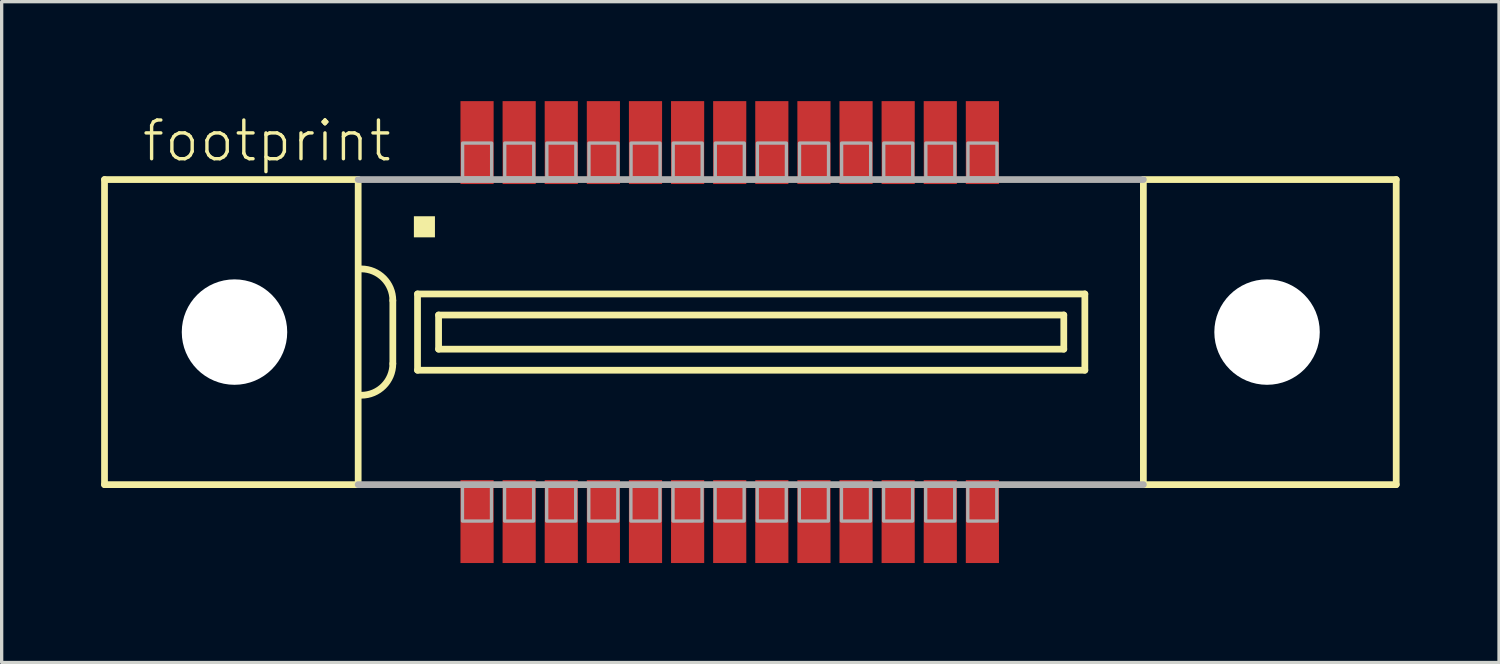
<source format=kicad_pcb>
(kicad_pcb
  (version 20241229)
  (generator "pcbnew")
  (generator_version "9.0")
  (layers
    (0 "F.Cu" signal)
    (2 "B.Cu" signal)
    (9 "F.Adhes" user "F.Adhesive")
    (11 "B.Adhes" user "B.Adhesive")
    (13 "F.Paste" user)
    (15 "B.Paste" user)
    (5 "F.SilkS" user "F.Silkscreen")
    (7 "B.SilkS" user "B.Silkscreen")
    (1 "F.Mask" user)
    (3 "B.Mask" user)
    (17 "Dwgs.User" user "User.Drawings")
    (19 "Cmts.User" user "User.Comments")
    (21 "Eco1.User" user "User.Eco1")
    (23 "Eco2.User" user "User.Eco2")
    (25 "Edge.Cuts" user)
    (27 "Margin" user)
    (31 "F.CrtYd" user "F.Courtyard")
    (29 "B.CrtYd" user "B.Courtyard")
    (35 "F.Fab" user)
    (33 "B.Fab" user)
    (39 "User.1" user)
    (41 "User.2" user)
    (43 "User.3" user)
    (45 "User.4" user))
  (footprint "footprint"
    (layer "F.Cu")
    (at 18.957 6.965)
    (property "Reference" "footprint" (at -17.78 -5.08 0) (layer "F.SilkS") (effects (font (size 1.168 1.168) (thickness 0.102)) (justify left bottom)))
    (fp_line (start -18.855 -4.6) (end -18.855 4.6) (stroke (width 0.203) (type solid)) (layer "F.SilkS"))
    (fp_line (start -18.855 4.6) (end -11.205 4.6) (stroke (width 0.203) (type solid)) (layer "F.SilkS"))
    (fp_line (start -11.205 -4.6) (end -18.855 -4.6) (stroke (width 0.203) (type solid)) (layer "F.SilkS"))
    (fp_line (start -11.205 -4.6) (end -11.205 4.6) (stroke (width 0.203) (type solid)) (layer "F.SilkS"))
    (fp_line (start -10.16 -0.953) (end -10.16 0.953) (stroke (width 0.203) (type solid)) (layer "F.SilkS"))
    (fp_line (start -9.415 -1.15) (end -9.415 1.15) (stroke (width 0.203) (type solid)) (layer "F.SilkS"))
    (fp_line (start -9.415 1.15) (end 10.71 1.15) (stroke (width 0.203) (type solid)) (layer "F.SilkS"))
    (fp_line (start -8.78 -0.515) (end -8.78 0.515) (stroke (width 0.203) (type solid)) (layer "F.SilkS"))
    (fp_line (start -8.78 0.515) (end 10.075 0.515) (stroke (width 0.203) (type solid)) (layer "F.SilkS"))
    (fp_line (start 10.075 -0.515) (end -8.78 -0.515) (stroke (width 0.203) (type solid)) (layer "F.SilkS"))
    (fp_line (start 10.075 0.515) (end 10.075 -0.515) (stroke (width 0.203) (type solid)) (layer "F.SilkS"))
    (fp_line (start 10.71 -1.15) (end -9.415 -1.15) (stroke (width 0.203) (type solid)) (layer "F.SilkS"))
    (fp_line (start 10.71 1.15) (end 10.71 -1.15) (stroke (width 0.203) (type solid)) (layer "F.SilkS"))
    (fp_line (start 12.475 4.6) (end 12.475 -4.6) (stroke (width 0.203) (type solid)) (layer "F.SilkS"))
    (fp_line (start 12.475 4.6) (end 20.1 4.6) (stroke (width 0.203) (type solid)) (layer "F.SilkS"))
    (fp_line (start 20.1 -4.6) (end 12.475 -4.6) (stroke (width 0.203) (type solid)) (layer "F.SilkS"))
    (fp_line (start 20.1 4.6) (end 20.1 -4.6) (stroke (width 0.203) (type solid)) (layer "F.SilkS"))
    (fp_arc (start -11.1125 -1.905) (mid -10.438981 -1.626019) (end -10.16 -0.9525) (stroke (width 0.2032) (type solid)) (layer "F.SilkS"))
    (fp_arc (start -10.16 0.9525) (mid -10.43901 1.625989) (end -11.112499 1.904999) (stroke (width 0.2032) (type solid)) (layer "F.SilkS"))
    (fp_poly (pts (xy -9.525 -2.857) (xy -8.89 -2.857) (xy -8.89 -3.493) (xy -9.525 -3.493)) (stroke (width 0) (type solid)) (fill yes) (layer "F.SilkS"))
    (fp_line (start -11.205 4.6) (end 12.475 4.6) (stroke (width 0.203) (type solid)) (layer "F.Fab"))
    (fp_line (start 12.475 -4.6) (end -11.205 -4.6) (stroke (width 0.203) (type solid)) (layer "F.Fab"))
    (fp_poly (pts (xy -8.055 -4.65) (xy -7.18 -4.65) (xy -7.18 -5.7) (xy -8.055 -5.7)) (stroke (width 0.1) (type solid)) (fill no) (layer "F.Fab"))
    (fp_poly (pts (xy -7.185 4.65) (xy -8.06 4.65) (xy -8.06 5.7) (xy -7.185 5.7)) (stroke (width 0.1) (type solid)) (fill no) (layer "F.Fab"))
    (fp_poly (pts (xy -6.785 -4.65) (xy -5.91 -4.65) (xy -5.91 -5.7) (xy -6.785 -5.7)) (stroke (width 0.1) (type solid)) (fill no) (layer "F.Fab"))
    (fp_poly (pts (xy -5.915 4.65) (xy -6.79 4.65) (xy -6.79 5.7) (xy -5.915 5.7)) (stroke (width 0.1) (type solid)) (fill no) (layer "F.Fab"))
    (fp_poly (pts (xy -5.515 -4.65) (xy -4.64 -4.65) (xy -4.64 -5.7) (xy -5.515 -5.7)) (stroke (width 0.1) (type solid)) (fill no) (layer "F.Fab"))
    (fp_poly (pts (xy -4.645 4.65) (xy -5.52 4.65) (xy -5.52 5.7) (xy -4.645 5.7)) (stroke (width 0.1) (type solid)) (fill no) (layer "F.Fab"))
    (fp_poly (pts (xy -4.245 -4.65) (xy -3.37 -4.65) (xy -3.37 -5.7) (xy -4.245 -5.7)) (stroke (width 0.1) (type solid)) (fill no) (layer "F.Fab"))
    (fp_poly (pts (xy -3.375 4.65) (xy -4.25 4.65) (xy -4.25 5.7) (xy -3.375 5.7)) (stroke (width 0.1) (type solid)) (fill no) (layer "F.Fab"))
    (fp_poly (pts (xy -2.975 -4.65) (xy -2.1 -4.65) (xy -2.1 -5.7) (xy -2.975 -5.7)) (stroke (width 0.1) (type solid)) (fill no) (layer "F.Fab"))
    (fp_poly (pts (xy -2.105 4.65) (xy -2.98 4.65) (xy -2.98 5.7) (xy -2.105 5.7)) (stroke (width 0.1) (type solid)) (fill no) (layer "F.Fab"))
    (fp_poly (pts (xy -1.705 -4.65) (xy -0.83 -4.65) (xy -0.83 -5.7) (xy -1.705 -5.7)) (stroke (width 0.1) (type solid)) (fill no) (layer "F.Fab"))
    (fp_poly (pts (xy -0.835 4.65) (xy -1.71 4.65) (xy -1.71 5.7) (xy -0.835 5.7)) (stroke (width 0.1) (type solid)) (fill no) (layer "F.Fab"))
    (fp_poly (pts (xy -0.435 -4.65) (xy 0.44 -4.65) (xy 0.44 -5.7) (xy -0.435 -5.7)) (stroke (width 0.1) (type solid)) (fill no) (layer "F.Fab"))
    (fp_poly (pts (xy 0.435 4.65) (xy -0.44 4.65) (xy -0.44 5.7) (xy 0.435 5.7)) (stroke (width 0.1) (type solid)) (fill no) (layer "F.Fab"))
    (fp_poly (pts (xy 0.835 -4.65) (xy 1.71 -4.65) (xy 1.71 -5.7) (xy 0.835 -5.7)) (stroke (width 0.1) (type solid)) (fill no) (layer "F.Fab"))
    (fp_poly (pts (xy 1.705 4.65) (xy 0.83 4.65) (xy 0.83 5.7) (xy 1.705 5.7)) (stroke (width 0.1) (type solid)) (fill no) (layer "F.Fab"))
    (fp_poly (pts (xy 2.105 -4.65) (xy 2.98 -4.65) (xy 2.98 -5.7) (xy 2.105 -5.7)) (stroke (width 0.1) (type solid)) (fill no) (layer "F.Fab"))
    (fp_poly (pts (xy 2.975 4.65) (xy 2.1 4.65) (xy 2.1 5.7) (xy 2.975 5.7)) (stroke (width 0.1) (type solid)) (fill no) (layer "F.Fab"))
    (fp_poly (pts (xy 3.375 -4.65) (xy 4.25 -4.65) (xy 4.25 -5.7) (xy 3.375 -5.7)) (stroke (width 0.1) (type solid)) (fill no) (layer "F.Fab"))
    (fp_poly (pts (xy 4.245 4.65) (xy 3.37 4.65) (xy 3.37 5.7) (xy 4.245 5.7)) (stroke (width 0.1) (type solid)) (fill no) (layer "F.Fab"))
    (fp_poly (pts (xy 4.645 -4.65) (xy 5.52 -4.65) (xy 5.52 -5.7) (xy 4.645 -5.7)) (stroke (width 0.1) (type solid)) (fill no) (layer "F.Fab"))
    (fp_poly (pts (xy 5.515 4.65) (xy 4.64 4.65) (xy 4.64 5.7) (xy 5.515 5.7)) (stroke (width 0.1) (type solid)) (fill no) (layer "F.Fab"))
    (fp_poly (pts (xy 5.915 -4.65) (xy 6.79 -4.65) (xy 6.79 -5.7) (xy 5.915 -5.7)) (stroke (width 0.1) (type solid)) (fill no) (layer "F.Fab"))
    (fp_poly (pts (xy 6.785 4.65) (xy 5.91 4.65) (xy 5.91 5.7) (xy 6.785 5.7)) (stroke (width 0.1) (type solid)) (fill no) (layer "F.Fab"))
    (fp_poly (pts (xy 7.185 -4.65) (xy 8.06 -4.65) (xy 8.06 -5.7) (xy 7.185 -5.7)) (stroke (width 0.1) (type solid)) (fill no) (layer "F.Fab"))
    (fp_poly (pts (xy 8.055 4.65) (xy 7.18 4.65) (xy 7.18 5.7) (xy 8.055 5.7)) (stroke (width 0.1) (type solid)) (fill no) (layer "F.Fab"))
    (pad "" np_thru_hole circle (at -14.935 0) (size 3.18 3.18) (drill 3.18) (layers "*.Cu" "*.Mask"))
    (pad "" np_thru_hole circle (at 16.205 0) (size 3.18 3.18) (drill 3.18) (layers "*.Cu" "*.Mask"))
    (pad "1" smd rect (at -7.62 -5.715) (size 1 2.5) (layers "F.Cu" "F.Mask" "F.Paste"))
    (pad "2" smd rect (at -6.35 -5.715) (size 1 2.5) (layers "F.Cu" "F.Mask" "F.Paste"))
    (pad "3" smd rect (at -5.08 -5.715) (size 1 2.5) (layers "F.Cu" "F.Mask" "F.Paste"))
    (pad "4" smd rect (at -3.81 -5.715) (size 1 2.5) (layers "F.Cu" "F.Mask" "F.Paste"))
    (pad "5" smd rect (at -2.54 -5.715) (size 1 2.5) (layers "F.Cu" "F.Mask" "F.Paste"))
    (pad "6" smd rect (at -1.27 -5.715) (size 1 2.5) (layers "F.Cu" "F.Mask" "F.Paste"))
    (pad "7" smd rect (at 0 -5.715) (size 1 2.5) (layers "F.Cu" "F.Mask" "F.Paste"))
    (pad "8" smd rect (at 1.27 -5.715) (size 1 2.5) (layers "F.Cu" "F.Mask" "F.Paste"))
    (pad "9" smd rect (at 2.54 -5.715) (size 1 2.5) (layers "F.Cu" "F.Mask" "F.Paste"))
    (pad "10" smd rect (at 3.81 -5.715) (size 1 2.5) (layers "F.Cu" "F.Mask" "F.Paste"))
    (pad "11" smd rect (at 5.08 -5.715 180) (size 1 2.5) (layers "F.Cu" "F.Mask" "F.Paste"))
    (pad "12" smd rect (at 6.35 -5.715 180) (size 1 2.5) (layers "F.Cu" "F.Mask" "F.Paste"))
    (pad "13" smd rect (at 7.62 -5.715 180) (size 1 2.5) (layers "F.Cu" "F.Mask" "F.Paste"))
    (pad "14" smd rect (at -7.62 5.715) (size 1 2.5) (layers "F.Cu" "F.Mask" "F.Paste"))
    (pad "15" smd rect (at -6.35 5.715) (size 1 2.5) (layers "F.Cu" "F.Mask" "F.Paste"))
    (pad "16" smd rect (at -5.08 5.715) (size 1 2.5) (layers "F.Cu" "F.Mask" "F.Paste"))
    (pad "17" smd rect (at -3.81 5.715) (size 1 2.5) (layers "F.Cu" "F.Mask" "F.Paste"))
    (pad "18" smd rect (at -2.54 5.715) (size 1 2.5) (layers "F.Cu" "F.Mask" "F.Paste"))
    (pad "19" smd rect (at -1.27 5.715) (size 1 2.5) (layers "F.Cu" "F.Mask" "F.Paste"))
    (pad "20" smd rect (at 0 5.715) (size 1 2.5) (layers "F.Cu" "F.Mask" "F.Paste"))
    (pad "21" smd rect (at 1.27 5.715) (size 1 2.5) (layers "F.Cu" "F.Mask" "F.Paste"))
    (pad "22" smd rect (at 2.54 5.715) (size 1 2.5) (layers "F.Cu" "F.Mask" "F.Paste"))
    (pad "23" smd rect (at 3.81 5.715) (size 1 2.5) (layers "F.Cu" "F.Mask" "F.Paste"))
    (pad "24" smd rect (at 5.08 5.715) (size 1 2.5) (layers "F.Cu" "F.Mask" "F.Paste"))
    (pad "25" smd rect (at 6.35 5.715) (size 1 2.5) (layers "F.Cu" "F.Mask" "F.Paste"))
    (pad "26" smd rect (at 7.62 5.715) (size 1 2.5) (layers "F.Cu" "F.Mask" "F.Paste")))
  (gr_rect
    (start -3 -3)
    (end 42.158 16.93)
    (stroke (width 0.1) (type default))
    (fill no)
    (layer "Edge.Cuts")))
</source>
